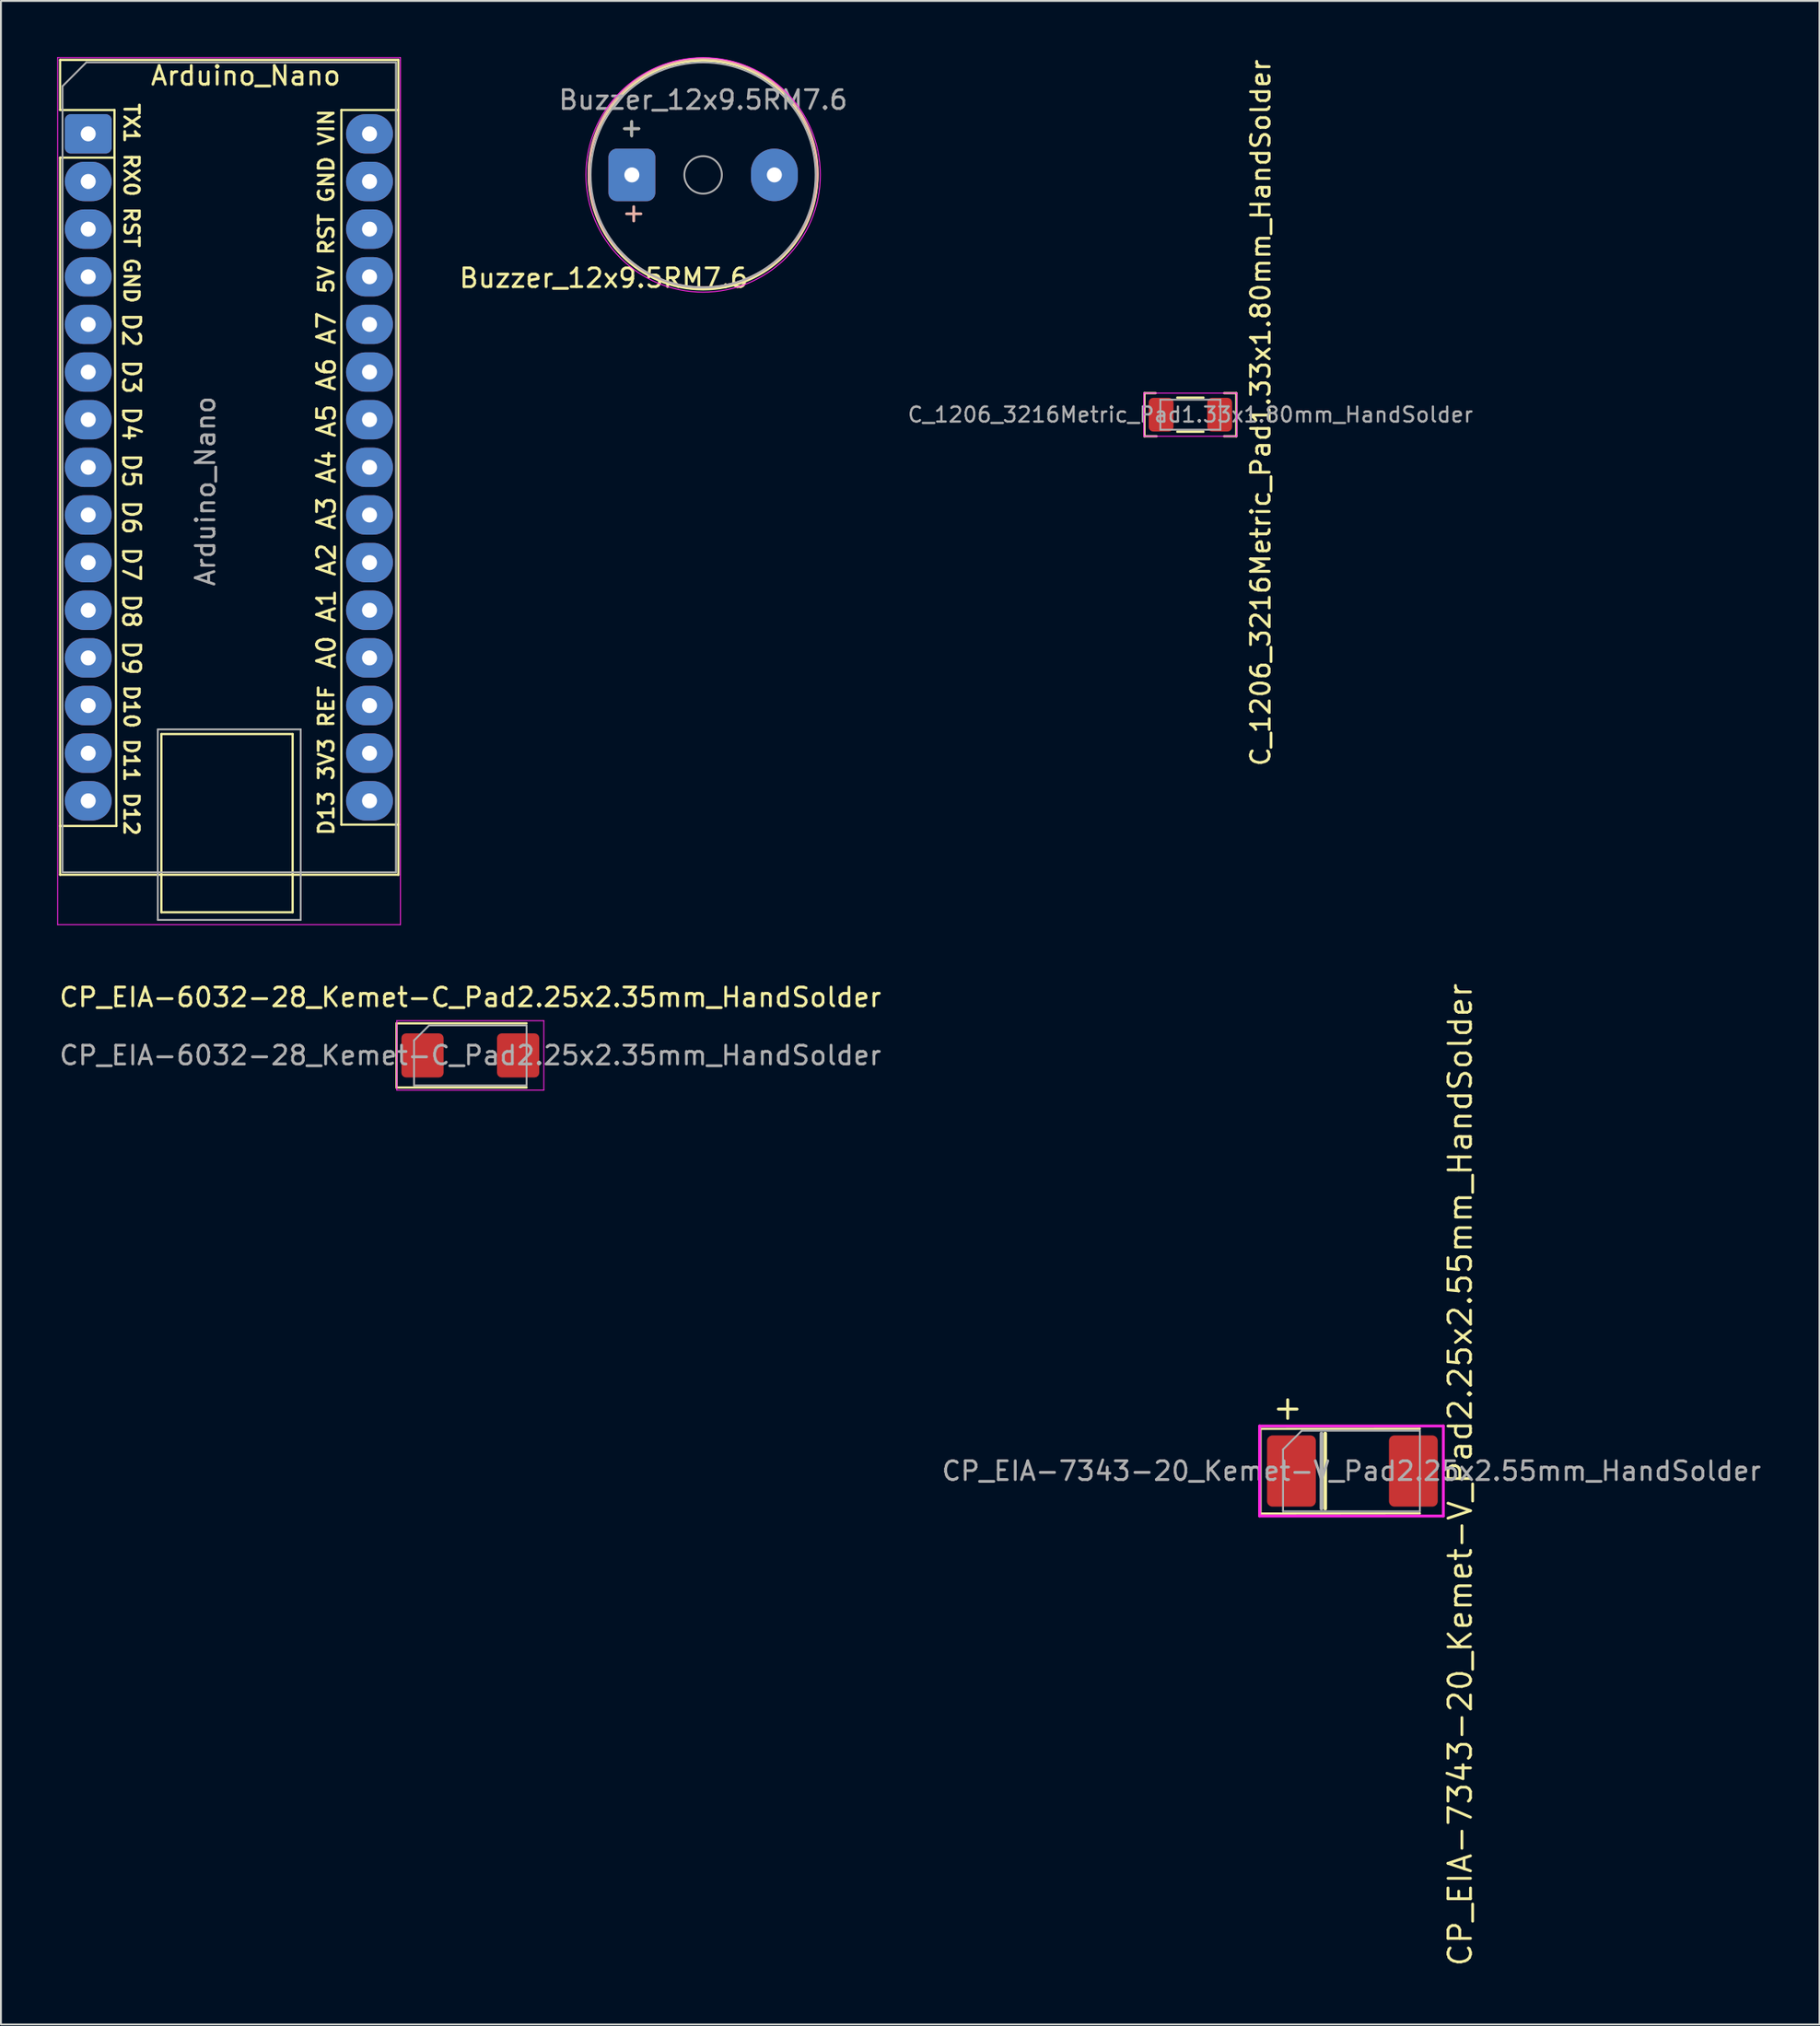
<source format=kicad_pcb>
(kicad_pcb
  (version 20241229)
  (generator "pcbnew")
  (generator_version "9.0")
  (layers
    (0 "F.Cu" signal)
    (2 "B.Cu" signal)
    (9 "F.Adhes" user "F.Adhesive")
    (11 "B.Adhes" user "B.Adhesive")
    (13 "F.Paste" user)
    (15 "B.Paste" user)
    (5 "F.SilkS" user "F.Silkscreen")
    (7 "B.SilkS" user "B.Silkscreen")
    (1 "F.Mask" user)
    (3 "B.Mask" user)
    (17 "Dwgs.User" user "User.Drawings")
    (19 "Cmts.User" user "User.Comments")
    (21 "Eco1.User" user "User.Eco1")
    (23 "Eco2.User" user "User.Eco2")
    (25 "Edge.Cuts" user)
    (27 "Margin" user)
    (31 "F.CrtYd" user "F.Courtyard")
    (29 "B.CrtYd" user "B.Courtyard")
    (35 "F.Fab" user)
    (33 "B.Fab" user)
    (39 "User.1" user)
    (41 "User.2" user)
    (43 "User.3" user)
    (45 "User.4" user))
  (footprint "CP_EIA-7343-20_Kemet-V_Pad2.25x2.55mm_HandSolder"
    (layer "F.Cu")
    (at 69.018 75.375)
    (property "Reference" "CP_EIA-7343-20_Kemet-V_Pad2.25x2.55mm_HandSolder" (at 5.8 0.2 90) (layer "F.SilkS") (effects (font (size 1.2 1.2) (thickness 0.15))))
    (attr smd)
    (fp_line (start -4.85 -2.25) (end -4.85 2.27) (stroke (width 0.12) (type solid)) (layer "F.SilkS"))
    (fp_line (start -4.85 2.27) (end 3.65 2.26) (stroke (width 0.12) (type solid)) (layer "F.SilkS"))
    (fp_line (start -1.4 -2) (end -1.4 2) (stroke (width 0.2) (type solid)) (layer "F.SilkS"))
    (fp_line (start 3.65 -2.26) (end -4.85 -2.25) (stroke (width 0.12) (type solid)) (layer "F.SilkS"))
    (fp_line (start -4.9 -2.4) (end 4.9 -2.4) (stroke (width 0.15) (type solid)) (layer "F.CrtYd"))
    (fp_line (start -4.9 2.4) (end -4.9 -2.4) (stroke (width 0.15) (type solid)) (layer "F.CrtYd"))
    (fp_line (start 4.9 -2.4) (end 4.9 2.4) (stroke (width 0.15) (type solid)) (layer "F.CrtYd"))
    (fp_line (start 4.9 2.4) (end -4.9 2.4) (stroke (width 0.15) (type solid)) (layer "F.CrtYd"))
    (fp_line (start -3.65 -1.15) (end -3.65 2.15) (stroke (width 0.1) (type solid)) (layer "F.Fab"))
    (fp_line (start -3.65 2.15) (end 3.65 2.15) (stroke (width 0.1) (type solid)) (layer "F.Fab"))
    (fp_line (start -2.65 -2.15) (end -3.65 -1.15) (stroke (width 0.1) (type solid)) (layer "F.Fab"))
    (fp_line (start -1.6 -2) (end -1.6 2) (stroke (width 0.2) (type solid)) (layer "F.Fab"))
    (fp_line (start 3.65 -2.15) (end -2.65 -2.15) (stroke (width 0.1) (type solid)) (layer "F.Fab"))
    (fp_line (start 3.65 2.15) (end 3.65 -2.15) (stroke (width 0.1) (type solid)) (layer "F.Fab"))
    (fp_text user "+" (at -3.4 -3.4 0) (layer "F.SilkS") (effects (font (size 1.3 1.3) (thickness 0.16))))
    (fp_text user "${REFERENCE}" (at 0 0 0) (layer "F.Fab") (effects (font (size 1 1) (thickness 0.15))))
    (pad "1" smd roundrect (at -3.2 0) (size 2.6 3.8) (layers "F.Cu" "F.Mask" "F.Paste") (roundrect_rratio 0.111))
    (pad "2" smd roundrect (at 3.3 0) (size 2.6 3.8) (layers "F.Cu" "F.Mask" "F.Paste") (roundrect_rratio 0.111)))
  (footprint "CP_EIA-6032-28_Kemet-C_Pad2.25x2.35mm_HandSolder"
    (layer "F.Cu")
    (at 22.03 53.218)
    (property "Reference" "CP_EIA-6032-28_Kemet-C_Pad2.25x2.35mm_HandSolder" (at 0 -3.1 0) (layer "F.SilkS") (effects (font (size 1 1) (thickness 0.15))))
    (attr smd)
    (fp_line (start -3.935 -1.71) (end -3.935 1.71) (stroke (width 0.12) (type solid)) (layer "F.SilkS"))
    (fp_line (start -3.935 1.71) (end 3 1.71) (stroke (width 0.12) (type solid)) (layer "F.SilkS"))
    (fp_line (start 3 -1.71) (end -3.935 -1.71) (stroke (width 0.12) (type solid)) (layer "F.SilkS"))
    (fp_line (start -3.92 -1.85) (end 3.92 -1.85) (stroke (width 0.05) (type solid)) (layer "F.CrtYd"))
    (fp_line (start -3.92 1.85) (end -3.92 -1.85) (stroke (width 0.05) (type solid)) (layer "F.CrtYd"))
    (fp_line (start 3.92 -1.85) (end 3.92 1.85) (stroke (width 0.05) (type solid)) (layer "F.CrtYd"))
    (fp_line (start 3.92 1.85) (end -3.92 1.85) (stroke (width 0.05) (type solid)) (layer "F.CrtYd"))
    (fp_line (start -3 -0.8) (end -3 1.6) (stroke (width 0.1) (type solid)) (layer "F.Fab"))
    (fp_line (start -3 1.6) (end 3 1.6) (stroke (width 0.1) (type solid)) (layer "F.Fab"))
    (fp_line (start -2.2 -1.6) (end -3 -0.8) (stroke (width 0.1) (type solid)) (layer "F.Fab"))
    (fp_line (start 3 -1.6) (end -2.2 -1.6) (stroke (width 0.1) (type solid)) (layer "F.Fab"))
    (fp_line (start 3 1.6) (end 3 -1.6) (stroke (width 0.1) (type solid)) (layer "F.Fab"))
    (fp_text user "${REFERENCE}" (at 0 0 0) (layer "F.Fab") (effects (font (size 1 1) (thickness 0.15))))
    (pad "1" smd roundrect (at -2.55 0) (size 2.25 2.35) (layers "F.Cu" "F.Mask" "F.Paste") (roundrect_rratio 0.111))
    (pad "2" smd roundrect (at 2.55 0) (size 2.25 2.35) (layers "F.Cu" "F.Mask" "F.Paste") (roundrect_rratio 0.111)))
  (footprint "C_1206_3216Metric_Pad1.33x1.80mm_HandSolder"
    (layer "F.Cu")
    (at 60.428 19.058)
    (property "Reference" "C_1206_3216Metric_Pad1.33x1.80mm_HandSolder" (at 3.75 -0.1 270) (layer "F.SilkS") (effects (font (size 1 1) (thickness 0.15))))
    (attr smd)
    (fp_line (start -2.45 -1.15) (end -2.45 1.15) (stroke (width 0.12) (type solid)) (layer "F.SilkS"))
    (fp_line (start -2.45 1.15) (end -1.8 1.15) (stroke (width 0.12) (type solid)) (layer "F.SilkS"))
    (fp_line (start -1.85 -1.15) (end -2.45 -1.15) (stroke (width 0.12) (type solid)) (layer "F.SilkS"))
    (fp_line (start -0.7 -0.91) (end 0.7 -0.91) (stroke (width 0.12) (type solid)) (layer "F.SilkS"))
    (fp_line (start -0.7 0.91) (end 0.7 0.91) (stroke (width 0.12) (type solid)) (layer "F.SilkS"))
    (fp_line (start 1.8 1.15) (end 2.45 1.15) (stroke (width 0.12) (type solid)) (layer "F.SilkS"))
    (fp_line (start 2.45 -1.15) (end 1.8 -1.15) (stroke (width 0.12) (type solid)) (layer "F.SilkS"))
    (fp_line (start 2.45 -1.15) (end 2.45 1.15) (stroke (width 0.12) (type solid)) (layer "F.SilkS"))
    (fp_line (start -2.48 -1.15) (end 2.48 -1.15) (stroke (width 0.05) (type solid)) (layer "F.CrtYd"))
    (fp_line (start -2.48 1.15) (end -2.48 -1.15) (stroke (width 0.05) (type solid)) (layer "F.CrtYd"))
    (fp_line (start 2.48 -1.15) (end 2.48 1.15) (stroke (width 0.05) (type solid)) (layer "F.CrtYd"))
    (fp_line (start 2.48 1.15) (end -2.48 1.15) (stroke (width 0.05) (type solid)) (layer "F.CrtYd"))
    (fp_line (start -1.6 -0.8) (end 1.6 -0.8) (stroke (width 0.1) (type solid)) (layer "F.Fab"))
    (fp_line (start -1.6 0.8) (end -1.6 -0.8) (stroke (width 0.1) (type solid)) (layer "F.Fab"))
    (fp_line (start 1.6 -0.8) (end 1.6 0.8) (stroke (width 0.1) (type solid)) (layer "F.Fab"))
    (fp_line (start 1.6 0.8) (end -1.6 0.8) (stroke (width 0.1) (type solid)) (layer "F.Fab"))
    (fp_text user "${REFERENCE}" (at 0 0 180) (layer "F.Fab") (effects (font (size 0.8 0.8) (thickness 0.12))))
    (pad "1" smd roundrect (at -1.562 0) (size 1.325 1.8) (layers "F.Cu" "F.Mask" "F.Paste") (roundrect_rratio 0.189))
    (pad "2" smd roundrect (at 1.562 0) (size 1.325 1.8) (layers "F.Cu" "F.Mask" "F.Paste") (roundrect_rratio 0.189)))
  (footprint "Buzzer_12x9.5RM7.6"
    (layer "F.Cu")
    (at 30.645 6.275)
    (property "Reference" "Buzzer_12x9.5RM7.6" (at -1.5 5.5 0) (layer "F.SilkS") (effects (font (size 1 1) (thickness 0.15))))
    (attr through_hole)
    (fp_circle (center 3.8 0) (end 9.9 0) (stroke (width 0.12) (type solid)) (fill no) (layer "F.SilkS"))
    (fp_circle (center 3.8 -0.1) (end 9.9 -0.1) (stroke (width 0.12) (type solid)) (fill no) (layer "B.SilkS"))
    (fp_circle (center 3.8 0) (end 10.05 0) (stroke (width 0.05) (type solid)) (fill no) (layer "F.CrtYd"))
    (fp_circle (center 3.8 0) (end 4.8 0) (stroke (width 0.1) (type solid)) (fill no) (layer "F.Fab"))
    (fp_circle (center 3.8 0) (end 9.8 0) (stroke (width 0.1) (type solid)) (fill no) (layer "F.Fab"))
    (fp_text user "+" (at -0.01 -2.54 0) (layer "F.SilkS") (effects (font (size 1 1) (thickness 0.15))))
    (fp_text user "+" (at 0.1 2 0) (layer "B.SilkS") (effects (font (size 1 1) (thickness 0.15))))
    (fp_text user "${REFERENCE}" (at 3.8 -4 0) (layer "F.Fab") (effects (font (size 1 1) (thickness 0.15))))
    (fp_text user "+" (at -0.01 -2.54 0) (layer "F.Fab") (effects (font (size 1 1) (thickness 0.15))))
    (pad "1" thru_hole roundrect (at 0 0) (size 2.5 2.8) (drill 0.8) (layers "*.Cu" "*.Mask") (roundrect_rratio 0.18))
    (pad "2" thru_hole oval (at 7.6 0) (size 2.5 2.8) (drill 0.8) (layers "*.Cu" "*.Mask")))
  (footprint "Arduino_Nano"
    (layer "F.Cu")
    (at 1.555 4.085)
    (property "Reference" "Arduino_Nano" (at 8.5 -3.1 0) (layer "F.SilkS") (effects (font (size 1 1) (thickness 0.15))))
    (attr through_hole)
    (fp_line (start -1.4 -3.94) (end -1.4 -1.27) (stroke (width 0.12) (type solid)) (layer "F.SilkS"))
    (fp_line (start -1.4 1.27) (end -1.4 39.5) (stroke (width 0.12) (type solid)) (layer "F.SilkS"))
    (fp_line (start -1.4 39.5) (end 16.64 39.5) (stroke (width 0.12) (type solid)) (layer "F.SilkS"))
    (fp_line (start 1.5 -1.27) (end -1.4 -1.27) (stroke (width 0.12) (type solid)) (layer "F.SilkS"))
    (fp_line (start 1.5 1.27) (end -1.4 1.27) (stroke (width 0.12) (type solid)) (layer "F.SilkS"))
    (fp_line (start 1.5 1.27) (end 1.5 -1.27) (stroke (width 0.12) (type solid)) (layer "F.SilkS"))
    (fp_line (start 1.5 1.27) (end 1.6 36.9) (stroke (width 0.12) (type solid)) (layer "F.SilkS"))
    (fp_line (start 1.6 36.9) (end -1.4 36.9) (stroke (width 0.12) (type solid)) (layer "F.SilkS"))
    (fp_line (start 4 32) (end 11 32) (stroke (width 0.12) (type solid)) (layer "F.SilkS"))
    (fp_line (start 4 41.5) (end 4 32) (stroke (width 0.12) (type solid)) (layer "F.SilkS"))
    (fp_line (start 11 32) (end 11 41.5) (stroke (width 0.12) (type solid)) (layer "F.SilkS"))
    (fp_line (start 11 41.5) (end 4 41.5) (stroke (width 0.12) (type solid)) (layer "F.SilkS"))
    (fp_line (start 13.6 -1.27) (end 13.6 36.83) (stroke (width 0.12) (type solid)) (layer "F.SilkS"))
    (fp_line (start 13.6 -1.27) (end 16.64 -1.27) (stroke (width 0.12) (type solid)) (layer "F.SilkS"))
    (fp_line (start 13.6 36.83) (end 16.64 36.83) (stroke (width 0.12) (type solid)) (layer "F.SilkS"))
    (fp_line (start 16.64 -3.94) (end -1.4 -3.94) (stroke (width 0.12) (type solid)) (layer "F.SilkS"))
    (fp_line (start 16.64 39.5) (end 16.64 -3.94) (stroke (width 0.12) (type solid)) (layer "F.SilkS"))
    (fp_line (start -1.53 -4.06) (end -1.53 42.16) (stroke (width 0.05) (type solid)) (layer "F.CrtYd"))
    (fp_line (start -1.53 -4.06) (end 16.75 -4.06) (stroke (width 0.05) (type solid)) (layer "F.CrtYd"))
    (fp_line (start 16.75 42.16) (end -1.53 42.16) (stroke (width 0.05) (type solid)) (layer "F.CrtYd"))
    (fp_line (start 16.75 42.16) (end 16.75 -4.06) (stroke (width 0.05) (type solid)) (layer "F.CrtYd"))
    (fp_line (start -1.27 -2.54) (end 0 -3.81) (stroke (width 0.1) (type solid)) (layer "F.Fab"))
    (fp_line (start -1.27 39.37) (end -1.27 -2.54) (stroke (width 0.1) (type solid)) (layer "F.Fab"))
    (fp_line (start 0 -3.81) (end 16.51 -3.81) (stroke (width 0.1) (type solid)) (layer "F.Fab"))
    (fp_line (start 3.81 31.75) (end 11.43 31.75) (stroke (width 0.1) (type solid)) (layer "F.Fab"))
    (fp_line (start 3.81 41.91) (end 3.81 31.75) (stroke (width 0.1) (type solid)) (layer "F.Fab"))
    (fp_line (start 11.43 31.75) (end 11.43 41.91) (stroke (width 0.1) (type solid)) (layer "F.Fab"))
    (fp_line (start 11.43 41.91) (end 3.81 41.91) (stroke (width 0.1) (type solid)) (layer "F.Fab"))
    (fp_line (start 16.51 -3.81) (end 16.51 39.37) (stroke (width 0.1) (type solid)) (layer "F.Fab"))
    (fp_line (start 16.51 39.37) (end -1.27 39.37) (stroke (width 0.1) (type solid)) (layer "F.Fab"))
    (fp_text user "D2 D3 D4 D5 D6 D7 D8 D9" (at 2.4 19.2 270) (unlocked yes) (layer "F.SilkS") (effects (font (size 0.92 0.92) (thickness 0.15))))
    (fp_text user "TX1 RX0 RST GND" (at 2.4 3.7 270) (unlocked yes) (layer "F.SilkS") (effects (font (size 0.78 0.78) (thickness 0.15))))
    (fp_text user "D10 D11 D12" (at 2.4 33.4 270) (unlocked yes) (layer "F.SilkS") (effects (font (size 0.78 0.78) (thickness 0.15))))
    (fp_text user "D13 3V3 REF" (at 12.8 33.4 90) (unlocked yes) (layer "F.SilkS") (effects (font (size 0.8 0.8) (thickness 0.15))))
    (fp_text user "5V RST GND VIN" (at 12.8 3.6 90) (unlocked yes) (layer "F.SilkS") (effects (font (size 0.8 0.8) (thickness 0.15))))
    (fp_text user "A0 A1 A2 A3 A4 A5 A6 A7" (at 12.8 19 90) (unlocked yes) (layer "F.SilkS") (effects (font (size 0.96 0.96) (thickness 0.15))))
    (fp_text user "${REFERENCE}" (at 6.35 19.05 90) (layer "F.Fab") (effects (font (size 1 1) (thickness 0.15))))
    (pad "1" thru_hole roundrect (at 0.1 0) (size 2.5 2.1) (drill 0.8) (layers "*.Cu" "*.Mask") (roundrect_rratio 0.15))
    (pad "2" thru_hole oval (at 0.1 2.54) (size 2.5 2.1) (drill 0.8) (layers "*.Cu" "*.Mask"))
    (pad "3" thru_hole oval (at 0.1 5.08) (size 2.5 2.1) (drill 0.8) (layers "*.Cu" "*.Mask"))
    (pad "4" thru_hole oval (at 0.1 7.62) (size 2.5 2.1) (drill 0.8) (layers "*.Cu" "*.Mask"))
    (pad "5" thru_hole oval (at 0.1 10.16) (size 2.5 2.1) (drill 0.8) (layers "*.Cu" "*.Mask"))
    (pad "6" thru_hole oval (at 0.1 12.7) (size 2.5 2.1) (drill 0.8) (layers "*.Cu" "*.Mask"))
    (pad "7" thru_hole oval (at 0.1 15.24) (size 2.5 2.1) (drill 0.8) (layers "*.Cu" "*.Mask"))
    (pad "8" thru_hole oval (at 0.1 17.78) (size 2.5 2.1) (drill 0.8) (layers "*.Cu" "*.Mask"))
    (pad "9" thru_hole oval (at 0.1 20.32) (size 2.5 2.1) (drill 0.8) (layers "*.Cu" "*.Mask"))
    (pad "10" thru_hole oval (at 0.1 22.86) (size 2.5 2.1) (drill 0.8) (layers "*.Cu" "*.Mask"))
    (pad "11" thru_hole oval (at 0.1 25.4) (size 2.5 2.1) (drill 0.8) (layers "*.Cu" "*.Mask"))
    (pad "12" thru_hole oval (at 0.1 27.94) (size 2.5 2.1) (drill 0.8) (layers "*.Cu" "*.Mask"))
    (pad "13" thru_hole oval (at 0.1 30.48) (size 2.5 2.1) (drill 0.8) (layers "*.Cu" "*.Mask"))
    (pad "14" thru_hole oval (at 0.1 33.02) (size 2.5 2.1) (drill 0.8) (layers "*.Cu" "*.Mask"))
    (pad "15" thru_hole oval (at 0.1 35.56) (size 2.5 2.1) (drill 0.8) (layers "*.Cu" "*.Mask"))
    (pad "16" thru_hole oval (at 15.1 35.56) (size 2.5 2.1) (drill 0.8) (layers "*.Cu" "*.Mask"))
    (pad "17" thru_hole oval (at 15.1 33.02) (size 2.5 2.1) (drill 0.8) (layers "*.Cu" "*.Mask"))
    (pad "18" thru_hole oval (at 15.1 30.48) (size 2.5 2.1) (drill 0.8) (layers "*.Cu" "*.Mask"))
    (pad "19" thru_hole oval (at 15.1 27.94) (size 2.5 2.1) (drill 0.8) (layers "*.Cu" "*.Mask"))
    (pad "20" thru_hole oval (at 15.1 25.4) (size 2.5 2.1) (drill 0.8) (layers "*.Cu" "*.Mask"))
    (pad "21" thru_hole oval (at 15.1 22.86) (size 2.5 2.1) (drill 0.8) (layers "*.Cu" "*.Mask"))
    (pad "22" thru_hole oval (at 15.1 20.32) (size 2.5 2.1) (drill 0.8) (layers "*.Cu" "*.Mask"))
    (pad "23" thru_hole oval (at 15.1 17.78) (size 2.5 2.1) (drill 0.8) (layers "*.Cu" "*.Mask"))
    (pad "24" thru_hole oval (at 15.1 15.24) (size 2.5 2.1) (drill 0.8) (layers "*.Cu" "*.Mask"))
    (pad "25" thru_hole oval (at 15.1 12.7) (size 2.5 2.1) (drill 0.8) (layers "*.Cu" "*.Mask"))
    (pad "26" thru_hole oval (at 15.1 10.16) (size 2.5 2.1) (drill 0.8) (layers "*.Cu" "*.Mask"))
    (pad "27" thru_hole oval (at 15.1 7.62) (size 2.5 2.1) (drill 0.8) (layers "*.Cu" "*.Mask"))
    (pad "28" thru_hole oval (at 15.1 5.08) (size 2.5 2.1) (drill 0.8) (layers "*.Cu" "*.Mask"))
    (pad "29" thru_hole oval (at 15.1 2.54) (size 2.5 2.1) (drill 0.8) (layers "*.Cu" "*.Mask"))
    (pad "30" thru_hole oval (at 15.1 0) (size 2.5 2.1) (drill 0.8) (layers "*.Cu" "*.Mask")))
  (gr_rect
    (start -3 -3)
    (end 93.976 104.88)
    (stroke (width 0.1) (type default))
    (fill no)
    (layer "Edge.Cuts")))
</source>
